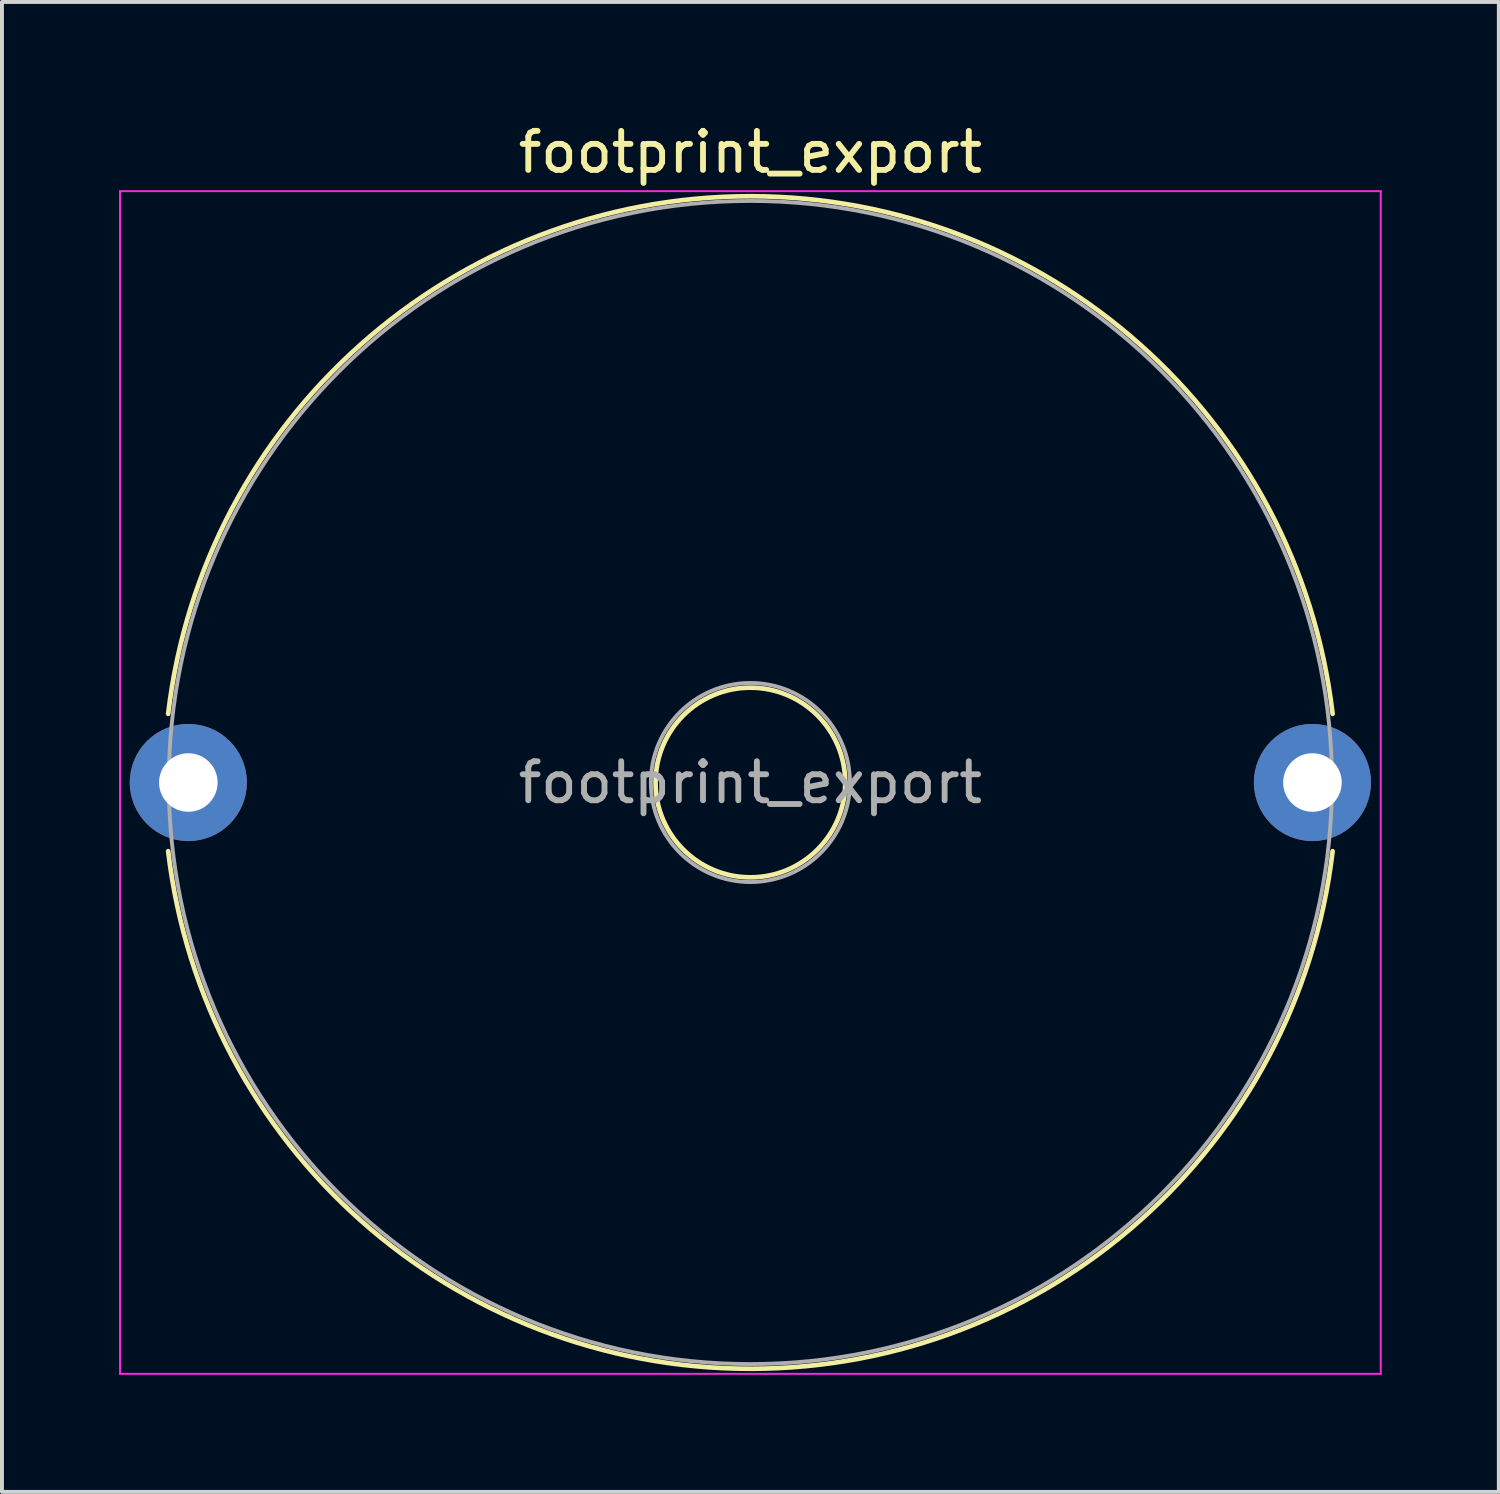
<source format=kicad_pcb>
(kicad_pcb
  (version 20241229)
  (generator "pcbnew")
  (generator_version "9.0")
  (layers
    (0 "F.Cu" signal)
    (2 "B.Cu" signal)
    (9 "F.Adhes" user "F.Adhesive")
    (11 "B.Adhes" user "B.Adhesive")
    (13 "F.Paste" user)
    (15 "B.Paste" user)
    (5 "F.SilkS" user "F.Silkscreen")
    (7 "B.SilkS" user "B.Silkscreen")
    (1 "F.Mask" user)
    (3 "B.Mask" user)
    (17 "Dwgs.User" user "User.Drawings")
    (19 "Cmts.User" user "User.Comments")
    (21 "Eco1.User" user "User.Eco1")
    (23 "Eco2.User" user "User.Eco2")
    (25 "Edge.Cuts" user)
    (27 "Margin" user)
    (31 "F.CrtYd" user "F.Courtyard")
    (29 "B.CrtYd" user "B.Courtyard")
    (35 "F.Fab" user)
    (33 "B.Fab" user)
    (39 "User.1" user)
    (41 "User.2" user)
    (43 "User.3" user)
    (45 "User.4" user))
  (footprint "footprint_export"
    (layer "F.Cu")
    (at 1.775 16.998)
    (property "Reference" "footprint_export" (at 14.4 -16.15 0) (layer "F.SilkS") (effects (font (size 1 1) (thickness 0.15))))
    (attr through_hole)
    (fp_arc (start -0.516528 -1.76) (mid 14.4 -15.02) (end 29.316528 -1.76) (stroke (width 0.12) (type solid)) (layer "F.SilkS"))
    (fp_arc (start 29.316528 1.76) (mid 14.4 15.02) (end -0.516528 1.76) (stroke (width 0.12) (type solid)) (layer "F.SilkS"))
    (fp_circle (center 14.4 0) (end 16.83 0) (stroke (width 0.12) (type solid)) (fill no) (layer "F.SilkS"))
    (fp_line (start -1.75 -15.15) (end -1.75 15.15) (stroke (width 0.05) (type solid)) (layer "F.CrtYd"))
    (fp_line (start -1.75 15.15) (end 30.55 15.15) (stroke (width 0.05) (type solid)) (layer "F.CrtYd"))
    (fp_line (start 30.55 -15.15) (end -1.75 -15.15) (stroke (width 0.05) (type solid)) (layer "F.CrtYd"))
    (fp_line (start 30.55 15.15) (end 30.55 -15.15) (stroke (width 0.05) (type solid)) (layer "F.CrtYd"))
    (fp_circle (center 14.4 0) (end 16.95 0) (stroke (width 0.1) (type solid)) (fill no) (layer "F.Fab"))
    (fp_circle (center 14.4 0) (end 29.3 0) (stroke (width 0.1) (type solid)) (fill no) (layer "F.Fab"))
    (fp_text user "${REFERENCE}" (at 14.4 0 0) (layer "F.Fab") (effects (font (size 1 1) (thickness 0.15))))
    (pad "1" thru_hole circle (at 0 0) (size 3 3) (drill 1.5) (layers "*.Cu" "*.Mask"))
    (pad "2" thru_hole circle (at 28.8 0) (size 3 3) (drill 1.5) (layers "*.Cu" "*.Mask")))
  (gr_rect
    (start -3 -3)
    (end 35.35 35.173)
    (stroke (width 0.1) (type default))
    (fill no)
    (layer "Edge.Cuts")))
</source>
